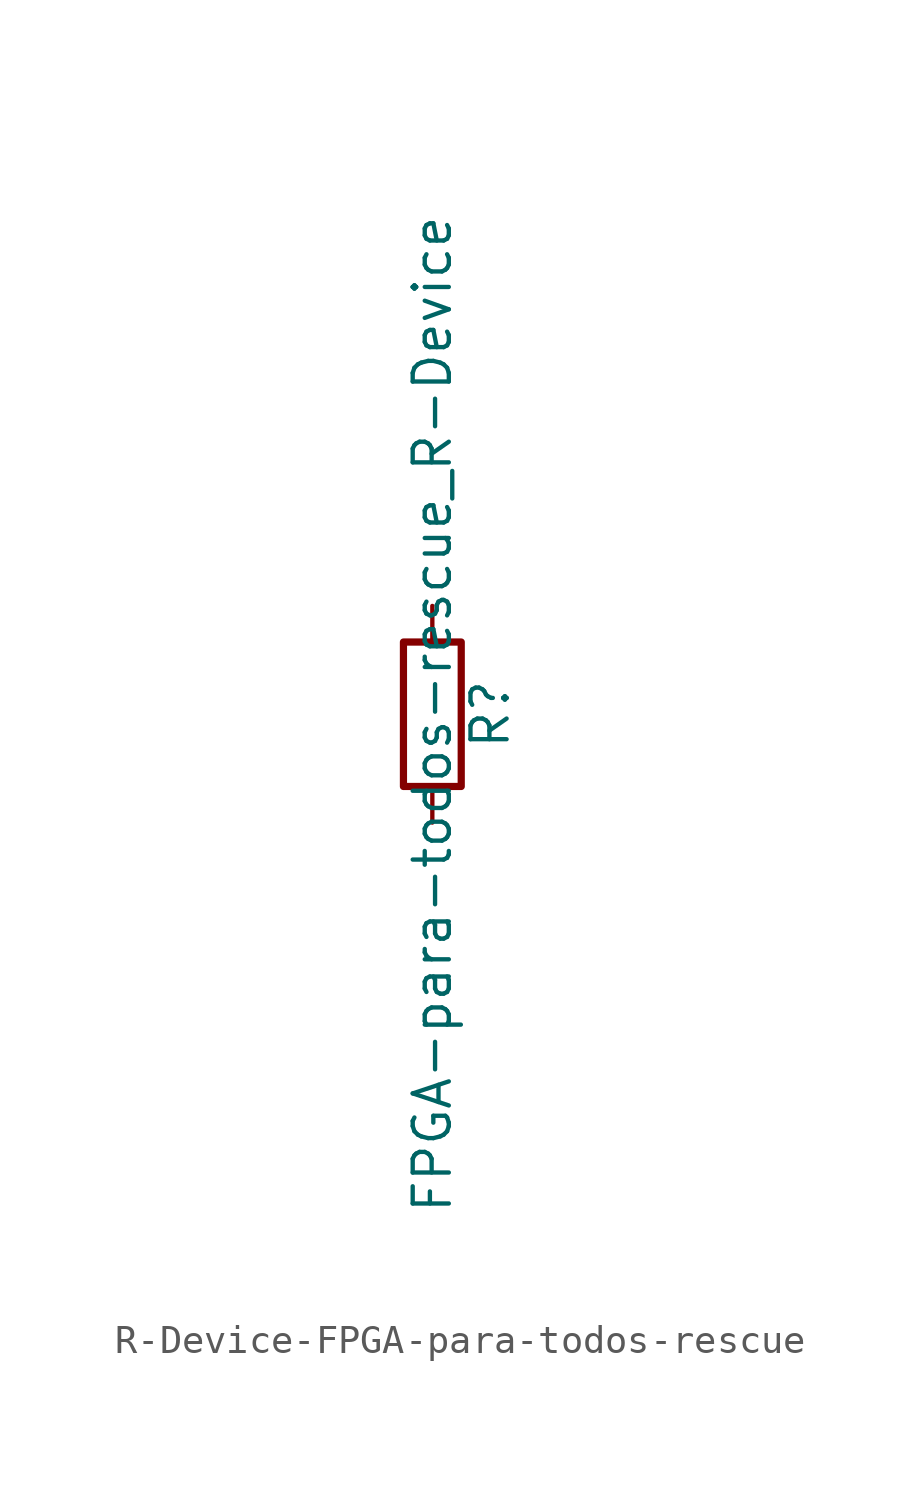
<source format=kicad_sym>
(kicad_symbol_lib
  (version 20231120)
  (generator "kicad_symbol_editor")
  (generator_version "8.0")
  (symbol "R-Device-FPGA-para-todos-rescue"
    (pin_numbers hide)
    (pin_names
      (offset 0))
    (property "Reference" "R"
      (at 2.032 0 90)
      (effects (font (size 1.27 1.27))))
    (property "Value" "FPGA-para-todos-rescue_R-Device"
      (at 0 0 90)
      (effects (font (size 1.27 1.27))))
    (symbol "R-Device-FPGA-para-todos-rescue_0_1"
      (rectangle (start -1.016 -2.54) (end 1.016 2.54) (stroke (width 0.254) (type solid)) (fill (type none))))
    (symbol "R-Device-FPGA-para-todos-rescue_1_1"
      (pin passive line (at 0 3.81 270) (length 1.27) (name "~" (effects (font (size 1.27 1.27)))) (number "1" (effects (font (size 1.27 1.27)))))
      (pin passive line (at 0 -3.81 90) (length 1.27) (name "~" (effects (font (size 1.27 1.27)))) (number "2" (effects (font (size 1.27 1.27))))))))
</source>
